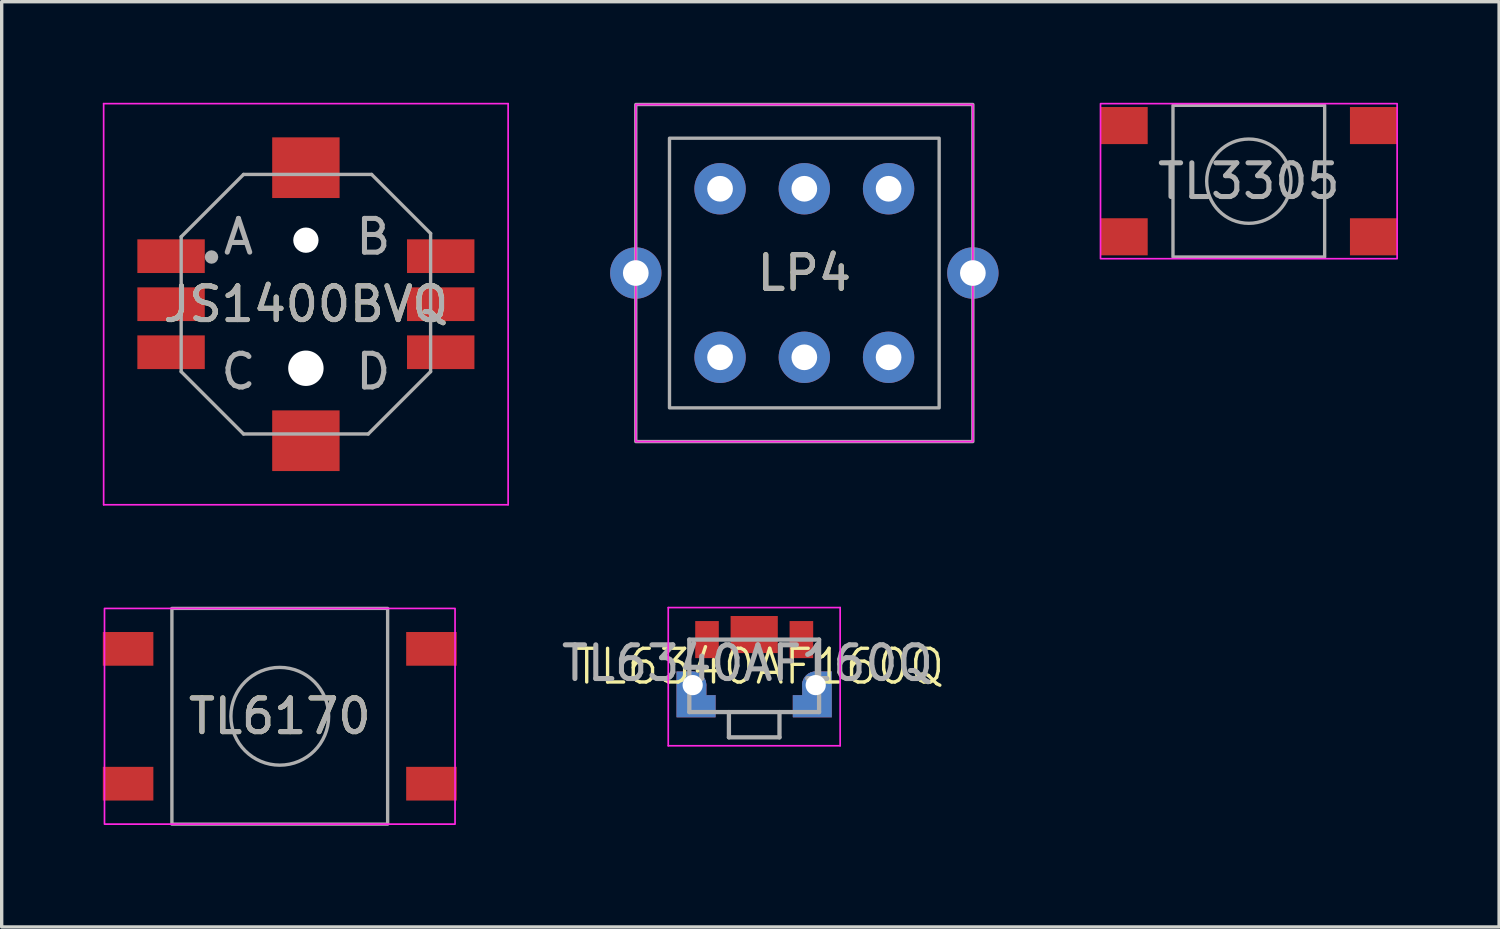
<source format=kicad_pcb>
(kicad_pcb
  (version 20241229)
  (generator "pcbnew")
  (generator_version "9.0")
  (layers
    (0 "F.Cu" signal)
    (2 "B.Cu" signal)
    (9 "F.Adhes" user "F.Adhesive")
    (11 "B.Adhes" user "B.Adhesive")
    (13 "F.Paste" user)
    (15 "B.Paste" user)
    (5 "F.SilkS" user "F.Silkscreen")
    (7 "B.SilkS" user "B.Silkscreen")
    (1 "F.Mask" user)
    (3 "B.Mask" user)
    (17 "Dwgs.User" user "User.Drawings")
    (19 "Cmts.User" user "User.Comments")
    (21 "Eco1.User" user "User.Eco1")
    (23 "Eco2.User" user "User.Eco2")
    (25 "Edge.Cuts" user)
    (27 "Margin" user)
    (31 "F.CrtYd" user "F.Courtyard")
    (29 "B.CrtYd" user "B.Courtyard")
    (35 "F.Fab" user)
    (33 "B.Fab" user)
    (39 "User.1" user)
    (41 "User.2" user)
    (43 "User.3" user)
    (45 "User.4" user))
  (footprint "TL3305"
    (layer "F.Cu")
    (at 33.999 2.325)
    (property "Reference" "TL3305" (at 0 0 0) (unlocked yes) (layer "F.SilkS") (effects (font (size 1 1) (thickness 0.1))))
    (attr smd)
    (fp_rect (start -4.4 -2.3) (end 4.4 2.3) (stroke (width 0.05) (type default)) (fill no) (layer "F.CrtYd"))
    (fp_rect (start -2.25 -2.25) (end 2.25 2.25) (stroke (width 0.1) (type default)) (fill no) (layer "F.Fab"))
    (fp_circle (center 0 0) (end 1.25 0) (stroke (width 0.1) (type default)) (fill no) (layer "F.Fab"))
    (fp_text user "${REFERENCE}" (at 0 0 0) (unlocked yes) (layer "F.Fab") (effects (font (size 1 1) (thickness 0.15))))
    (pad "1" smd rect (at -3.7 1.65) (size 1.4 1.1) (layers "F.Cu" "F.Mask" "F.Paste"))
    (pad "2" smd rect (at 3.7 1.65) (size 1.4 1.1) (layers "F.Cu" "F.Mask" "F.Paste"))
    (pad "3" smd rect (at -3.7 -1.65) (size 1.4 1.1) (layers "F.Cu" "F.Mask" "F.Paste"))
    (pad "4" smd rect (at 3.7 -1.65) (size 1.4 1.1) (layers "F.Cu" "F.Mask" "F.Paste")))
  (footprint "JS1400BVQ"
    (layer "F.Cu")
    (at 6.025 5.975)
    (property "Reference" "JS1400BVQ" (at 0 0 0) (layer "F.SilkS") (effects (font (size 1 1) (thickness 0.15))))
    (attr through_hole)
    (fp_line (start -6 -5.95) (end 6 -5.95) (stroke (width 0.05) (type solid)) (layer "F.CrtYd"))
    (fp_line (start -6 5.95) (end -6 -5.95) (stroke (width 0.05) (type solid)) (layer "F.CrtYd"))
    (fp_line (start 6 -5.95) (end 6 5.95) (stroke (width 0.05) (type solid)) (layer "F.CrtYd"))
    (fp_line (start 6 5.95) (end -6 5.95) (stroke (width 0.05) (type solid)) (layer "F.CrtYd"))
    (fp_line (start -3.7 -2) (end -3.7 0) (stroke (width 0.1) (type solid)) (layer "F.Fab"))
    (fp_line (start -3.7 0) (end -3.7 2) (stroke (width 0.1) (type solid)) (layer "F.Fab"))
    (fp_line (start -1.85 -3.85) (end -3.7 -2) (stroke (width 0.1) (type solid)) (layer "F.Fab"))
    (fp_line (start -1.85 3.85) (end -3.7 2) (stroke (width 0.1) (type solid)) (layer "F.Fab"))
    (fp_line (start -1.85 3.85) (end 1.85 3.85) (stroke (width 0.1) (type solid)) (layer "F.Fab"))
    (fp_line (start 1.85 3.85) (end 3.7 2) (stroke (width 0.1) (type solid)) (layer "F.Fab"))
    (fp_line (start 1.95 -3.85) (end -1.85 -3.85) (stroke (width 0.1) (type solid)) (layer "F.Fab"))
    (fp_line (start 3.7 -2.1) (end 1.95 -3.85) (stroke (width 0.1) (type solid)) (layer "F.Fab"))
    (fp_line (start 3.7 2) (end 3.7 -2.1) (stroke (width 0.1) (type solid)) (layer "F.Fab"))
    (fp_circle (center -2.8 -1.4) (end -2.7 -1.4) (stroke (width 0.2) (type solid)) (fill no) (layer "F.Fab"))
    (fp_text user "B" (at 2 -2 0) (unlocked yes) (layer "F.Fab") (effects (font (size 1 1) (thickness 0.15))))
    (fp_text user "${REFERENCE}" (at 0 0 0) (layer "F.Fab") (effects (font (size 1 1) (thickness 0.15))))
    (fp_text user "A" (at -2 -2 0) (unlocked yes) (layer "F.Fab") (effects (font (size 1 1) (thickness 0.15))))
    (fp_text user "C" (at -2 2 0) (unlocked yes) (layer "F.Fab") (effects (font (size 1 1) (thickness 0.15))))
    (fp_text user "D" (at 2 2 0) (unlocked yes) (layer "F.Fab") (effects (font (size 1 1) (thickness 0.15))))
    (pad "" np_thru_hole circle (at 0 -1.9) (size 0.75 0.75) (drill 0.75) (layers "*.Cu" "*.Mask"))
    (pad "" np_thru_hole circle (at 0 1.9) (size 1.05 1.05) (drill 1.05) (layers "*.Cu" "*.Mask"))
    (pad "1" smd rect (at -4 -1.425 90) (size 1 2) (layers "F.Cu" "F.Mask" "F.Paste"))
    (pad "2" smd rect (at -4 0 90) (size 1 2) (layers "F.Cu" "F.Mask" "F.Paste"))
    (pad "3" smd rect (at -4 1.425 90) (size 1 2) (layers "F.Cu" "F.Mask" "F.Paste"))
    (pad "4" smd rect (at 4 -1.425 90) (size 1 2) (layers "F.Cu" "F.Mask" "F.Paste"))
    (pad "5" smd rect (at 4 0 90) (size 1 2) (layers "F.Cu" "F.Mask" "F.Paste"))
    (pad "6" smd rect (at 4 1.425 90) (size 1 2) (layers "F.Cu" "F.Mask" "F.Paste"))
    (pad "MP1" smd rect (at 0 -4.05 90) (size 1.8 2) (layers "F.Cu" "F.Mask" "F.Paste"))
    (pad "MP2" smd rect (at 0 4.05 90) (size 1.8 2) (layers "F.Cu" "F.Mask" "F.Paste")))
  (footprint "TL6340AF160Q"
    (layer "F.Cu")
    (at 19.325 17.225)
    (property "Reference" "TL6340AF160Q" (at 0.15 -0.5 0) (unlocked yes) (layer "F.SilkS") (effects (font (size 1 1) (thickness 0.1))))
    (attr smd)
    (fp_poly (pts (xy -1.15 1) (xy -2.3 1) (xy -2.3 -0.35) (xy -1.825 -0.35) (xy -1.804 -0.349) (xy -1.783 -0.348) (xy -1.762 -0.345) (xy -1.742 -0.341) (xy -1.721 -0.336) (xy -1.701 -0.33) (xy -1.682 -0.323) (xy -1.662 -0.315) (xy -1.643 -0.306) (xy -1.625 -0.296) (xy -1.607 -0.285) (xy -1.59 -0.274) (xy -1.573 -0.261) (xy -1.557 -0.247) (xy -1.542 -0.233) (xy -1.528 -0.218) (xy -1.514 -0.202) (xy -1.501 -0.185) (xy -1.49 -0.168) (xy -1.479 -0.15) (xy -1.469 -0.132) (xy -1.46 -0.113) (xy -1.452 -0.093) (xy -1.445 -0.074) (xy -1.439 -0.054) (xy -1.434 -0.033) (xy -1.43 -0.013) (xy -1.427 0.008) (xy -1.426 0.029) (xy -1.425 0.05) (xy -1.425 0.35) (xy -1.15 0.35) (xy -1.15 1)) (stroke (width 0.01) (type solid)) (fill yes) (layer "F.Cu"))
    (fp_poly (pts (xy 2.295 1) (xy 2.3 1) (xy 2.3 -0.35) (xy 1.825 -0.35) (xy 1.804 -0.349) (xy 1.783 -0.348) (xy 1.762 -0.345) (xy 1.742 -0.341) (xy 1.721 -0.336) (xy 1.701 -0.33) (xy 1.682 -0.323) (xy 1.662 -0.315) (xy 1.643 -0.306) (xy 1.625 -0.296) (xy 1.607 -0.285) (xy 1.59 -0.274) (xy 1.573 -0.261) (xy 1.557 -0.247) (xy 1.542 -0.233) (xy 1.528 -0.218) (xy 1.514 -0.202) (xy 1.501 -0.185) (xy 1.49 -0.168) (xy 1.479 -0.15) (xy 1.469 -0.132) (xy 1.46 -0.113) (xy 1.452 -0.093) (xy 1.445 -0.074) (xy 1.439 -0.054) (xy 1.434 -0.033) (xy 1.43 -0.013) (xy 1.427 0.008) (xy 1.426 0.029) (xy 1.425 0.05) (xy 1.425 0.35) (xy 1.15 0.35) (xy 1.15 1) (xy 2.295 1)) (stroke (width 0.01) (type solid)) (fill yes) (layer "F.Cu"))
    (fp_poly (pts (xy -1.325 0.25) (xy -1.05 0.25) (xy -1.05 1.1) (xy -2.4 1.1) (xy -2.4 -0.45) (xy -1.825 -0.45) (xy -1.799 -0.449) (xy -1.773 -0.447) (xy -1.747 -0.444) (xy -1.721 -0.439) (xy -1.696 -0.433) (xy -1.67 -0.426) (xy -1.646 -0.417) (xy -1.622 -0.407) (xy -1.598 -0.396) (xy -1.575 -0.383) (xy -1.553 -0.369) (xy -1.531 -0.355) (xy -1.51 -0.339) (xy -1.49 -0.322) (xy -1.471 -0.304) (xy -1.453 -0.285) (xy -1.436 -0.265) (xy -1.42 -0.244) (xy -1.406 -0.222) (xy -1.392 -0.2) (xy -1.379 -0.177) (xy -1.368 -0.153) (xy -1.358 -0.129) (xy -1.349 -0.105) (xy -1.342 -0.079) (xy -1.336 -0.054) (xy -1.331 -0.028) (xy -1.328 -0.002) (xy -1.326 0.024) (xy -1.325 0.05) (xy -1.325 0.25)) (stroke (width 0.01) (type solid)) (fill yes) (layer "F.Mask"))
    (fp_poly (pts (xy 1.325 0.25) (xy 1.05 0.25) (xy 1.05 1.1) (xy 1.075 1.1) (xy 2.4 1.1) (xy 2.4 -0.45) (xy 1.825 -0.45) (xy 1.799 -0.449) (xy 1.773 -0.447) (xy 1.747 -0.444) (xy 1.721 -0.439) (xy 1.696 -0.433) (xy 1.67 -0.426) (xy 1.646 -0.417) (xy 1.622 -0.407) (xy 1.598 -0.396) (xy 1.575 -0.383) (xy 1.553 -0.369) (xy 1.531 -0.355) (xy 1.51 -0.339) (xy 1.49 -0.322) (xy 1.471 -0.304) (xy 1.453 -0.285) (xy 1.436 -0.265) (xy 1.42 -0.244) (xy 1.406 -0.222) (xy 1.392 -0.2) (xy 1.379 -0.177) (xy 1.368 -0.153) (xy 1.358 -0.129) (xy 1.349 -0.105) (xy 1.342 -0.079) (xy 1.336 -0.054) (xy 1.331 -0.028) (xy 1.328 -0.002) (xy 1.326 0.024) (xy 1.325 0.05) (xy 1.325 0.25)) (stroke (width 0.01) (type solid)) (fill yes) (layer "F.Mask"))
    (fp_poly (pts (xy -1.15 1) (xy -2.3 1) (xy -2.3 -0.35) (xy -1.825 -0.35) (xy -1.804 -0.349) (xy -1.783 -0.348) (xy -1.762 -0.345) (xy -1.742 -0.341) (xy -1.721 -0.336) (xy -1.701 -0.33) (xy -1.682 -0.323) (xy -1.662 -0.315) (xy -1.643 -0.306) (xy -1.625 -0.296) (xy -1.607 -0.285) (xy -1.59 -0.274) (xy -1.573 -0.261) (xy -1.557 -0.247) (xy -1.542 -0.233) (xy -1.528 -0.218) (xy -1.514 -0.202) (xy -1.501 -0.185) (xy -1.49 -0.168) (xy -1.479 -0.15) (xy -1.469 -0.132) (xy -1.46 -0.113) (xy -1.452 -0.093) (xy -1.445 -0.074) (xy -1.439 -0.054) (xy -1.434 -0.033) (xy -1.43 -0.013) (xy -1.427 0.008) (xy -1.426 0.029) (xy -1.425 0.05) (xy -1.425 0.35) (xy -1.15 0.35) (xy -1.15 1)) (stroke (width 0.01) (type solid)) (fill yes) (layer "B.Cu"))
    (fp_poly (pts (xy 1.15 1) (xy 2.3 1) (xy 2.3 -0.35) (xy 1.825 -0.35) (xy 1.804 -0.349) (xy 1.783 -0.348) (xy 1.762 -0.345) (xy 1.742 -0.341) (xy 1.721 -0.336) (xy 1.701 -0.33) (xy 1.682 -0.323) (xy 1.662 -0.315) (xy 1.643 -0.306) (xy 1.625 -0.296) (xy 1.607 -0.285) (xy 1.59 -0.274) (xy 1.573 -0.261) (xy 1.557 -0.247) (xy 1.542 -0.233) (xy 1.528 -0.218) (xy 1.514 -0.202) (xy 1.501 -0.185) (xy 1.49 -0.168) (xy 1.479 -0.15) (xy 1.469 -0.132) (xy 1.46 -0.113) (xy 1.452 -0.093) (xy 1.445 -0.074) (xy 1.439 -0.054) (xy 1.434 -0.033) (xy 1.43 -0.013) (xy 1.427 0.008) (xy 1.426 0.029) (xy 1.425 0.05) (xy 1.425 0.35) (xy 1.15 0.35) (xy 1.15 1)) (stroke (width 0.01) (type solid)) (fill yes) (layer "B.Cu"))
    (fp_poly (pts (xy -1.325 0.25) (xy -1.05 0.25) (xy -1.05 1.1) (xy -2.4 1.1) (xy -2.4 -0.45) (xy -1.825 -0.45) (xy -1.799 -0.449) (xy -1.773 -0.447) (xy -1.747 -0.444) (xy -1.721 -0.439) (xy -1.696 -0.433) (xy -1.67 -0.426) (xy -1.646 -0.417) (xy -1.622 -0.407) (xy -1.598 -0.396) (xy -1.575 -0.383) (xy -1.553 -0.369) (xy -1.531 -0.355) (xy -1.51 -0.339) (xy -1.49 -0.322) (xy -1.471 -0.304) (xy -1.453 -0.285) (xy -1.436 -0.265) (xy -1.42 -0.244) (xy -1.406 -0.222) (xy -1.392 -0.2) (xy -1.379 -0.177) (xy -1.368 -0.153) (xy -1.358 -0.129) (xy -1.349 -0.105) (xy -1.342 -0.079) (xy -1.336 -0.054) (xy -1.331 -0.028) (xy -1.328 -0.002) (xy -1.326 0.024) (xy -1.325 0.05) (xy -1.325 0.25)) (stroke (width 0.01) (type solid)) (fill yes) (layer "B.Mask"))
    (fp_poly (pts (xy 1.325 0.25) (xy 1.05 0.25) (xy 1.05 1.1) (xy 2.4 1.1) (xy 2.4 -0.45) (xy 1.825 -0.45) (xy 1.799 -0.449) (xy 1.773 -0.447) (xy 1.747 -0.444) (xy 1.721 -0.439) (xy 1.696 -0.433) (xy 1.67 -0.426) (xy 1.646 -0.417) (xy 1.622 -0.407) (xy 1.598 -0.396) (xy 1.575 -0.383) (xy 1.553 -0.369) (xy 1.531 -0.355) (xy 1.51 -0.339) (xy 1.49 -0.322) (xy 1.471 -0.304) (xy 1.453 -0.285) (xy 1.436 -0.265) (xy 1.42 -0.244) (xy 1.406 -0.222) (xy 1.392 -0.2) (xy 1.379 -0.177) (xy 1.368 -0.153) (xy 1.358 -0.129) (xy 1.349 -0.105) (xy 1.342 -0.079) (xy 1.336 -0.054) (xy 1.331 -0.028) (xy 1.328 -0.002) (xy 1.326 0.024) (xy 1.325 0.05) (xy 1.325 0.25)) (stroke (width 0.01) (type solid)) (fill yes) (layer "B.Mask"))
    (fp_line (start -2.55 -2.25) (end -2.55 1.85) (stroke (width 0.05) (type solid)) (layer "F.CrtYd"))
    (fp_line (start -2.55 1.85) (end 2.55 1.85) (stroke (width 0.05) (type solid)) (layer "F.CrtYd"))
    (fp_line (start 2.55 -2.25) (end -2.55 -2.25) (stroke (width 0.05) (type solid)) (layer "F.CrtYd"))
    (fp_line (start 2.55 1.85) (end 2.55 -2.25) (stroke (width 0.05) (type solid)) (layer "F.CrtYd"))
    (fp_line (start -1.925 -1.3) (end -1.925 0.85) (stroke (width 0.127) (type solid)) (layer "F.Fab"))
    (fp_line (start -0.75 1.6) (end -0.75 0.85) (stroke (width 0.127) (type solid)) (layer "F.Fab"))
    (fp_line (start 0.75 0.85) (end 0.75 1.6) (stroke (width 0.127) (type solid)) (layer "F.Fab"))
    (fp_line (start 0.75 1.6) (end -0.75 1.6) (stroke (width 0.127) (type solid)) (layer "F.Fab"))
    (fp_line (start 1.925 -1.3) (end -1.925 -1.3) (stroke (width 0.127) (type solid)) (layer "F.Fab"))
    (fp_line (start 1.925 0.85) (end -1.925 0.85) (stroke (width 0.127) (type solid)) (layer "F.Fab"))
    (fp_line (start 1.925 0.85) (end 1.925 -1.3) (stroke (width 0.127) (type solid)) (layer "F.Fab"))
    (fp_text user "${REFERENCE}" (at -0.2 -0.6 0) (unlocked yes) (layer "F.Fab") (effects (font (size 1 1) (thickness 0.15))))
    (pad "1" smd rect (at 1.4 -1.3 180) (size 0.7 1.1) (layers "F.Cu" "F.Mask" "F.Paste"))
    (pad "2" smd rect (at -1.4 -1.3 180) (size 0.7 1.1) (layers "F.Cu" "F.Mask" "F.Paste"))
    (pad "SH" thru_hole circle (at -1.825 0.05 180) (size 0.8 0.8) (drill 0.6) (layers "*.Cu"))
    (pad "SH" smd rect (at 0 -1.45 180) (size 1.4 1.1) (layers "F.Cu" "F.Mask" "F.Paste"))
    (pad "SH" thru_hole circle (at 1.825 0.05 180) (size 0.8 0.8) (drill 0.6) (layers "*.Cu")))
  (footprint "LP4"
    (layer "F.Cu")
    (at 20.812 5.05)
    (property "Reference" "LP4" (at 0 0 0) (unlocked yes) (layer "F.SilkS") (effects (font (size 1 1) (thickness 0.15))))
    (attr through_hole)
    (fp_rect (start -5 -5) (end 5 5) (stroke (width 0.05) (type default)) (fill no) (layer "F.CrtYd"))
    (fp_rect (start -5 -5) (end 5 5) (stroke (width 0.1) (type default)) (fill no) (layer "F.Fab"))
    (fp_rect (start -4 -4) (end 4 4) (stroke (width 0.1) (type default)) (fill no) (layer "F.Fab"))
    (fp_text user "${REFERENCE}" (at 0 0 0) (unlocked yes) (layer "F.Fab") (effects (font (size 1 1) (thickness 0.15))))
    (pad "1" thru_hole circle (at 2.5 -2.5) (size 1.524 1.524) (drill 0.762) (layers "*.Cu" "*.Mask"))
    (pad "2" thru_hole circle (at 0 -2.5) (size 1.524 1.524) (drill 0.762) (layers "*.Cu" "*.Mask"))
    (pad "3" thru_hole circle (at -2.5 -2.5) (size 1.524 1.524) (drill 0.762) (layers "*.Cu" "*.Mask"))
    (pad "4" thru_hole circle (at 2.5 2.5) (size 1.524 1.524) (drill 0.762) (layers "*.Cu" "*.Mask"))
    (pad "5" thru_hole circle (at 0 2.5) (size 1.524 1.524) (drill 0.762) (layers "*.Cu" "*.Mask"))
    (pad "6" thru_hole circle (at -2.5 2.5) (size 1.524 1.524) (drill 0.762) (layers "*.Cu" "*.Mask"))
    (pad "L1" thru_hole circle (at 5 0) (size 1.524 1.524) (drill 0.762) (layers "*.Cu" "*.Mask"))
    (pad "L2" thru_hole circle (at -5 0) (size 1.524 1.524) (drill 0.762) (layers "*.Cu" "*.Mask")))
  (footprint "TL6170"
    (layer "F.Cu")
    (at 5.25 18.2)
    (property "Reference" "TL6170" (at 0 0 0) (unlocked yes) (layer "F.SilkS") (effects (font (size 1 1) (thickness 0.15))))
    (attr smd)
    (fp_rect (start -5.2 -3.2) (end 5.2 3.2) (stroke (width 0.05) (type default)) (fill no) (layer "F.CrtYd"))
    (fp_rect (start -3.2 -3.2) (end 3.2 3.2) (stroke (width 0.1) (type default)) (fill no) (layer "F.Fab"))
    (fp_circle (center 0 0) (end 1.45 0) (stroke (width 0.1) (type default)) (fill no) (layer "F.Fab"))
    (fp_text user "${REFERENCE}" (at 0 0 0) (unlocked yes) (layer "F.Fab") (effects (font (size 1 1) (thickness 0.15))))
    (pad "1" smd rect (at -4.5 -2) (size 1.5 1) (layers "F.Cu" "F.Mask" "F.Paste"))
    (pad "2" smd rect (at 4.5 -2) (size 1.5 1) (layers "F.Cu" "F.Mask" "F.Paste"))
    (pad "3" smd rect (at -4.5 2) (size 1.5 1) (layers "F.Cu" "F.Mask" "F.Paste"))
    (pad "4" smd rect (at 4.5 2) (size 1.5 1) (layers "F.Cu" "F.Mask" "F.Paste")))
  (gr_rect
    (start -3 -3)
    (end 41.424 24.45)
    (stroke (width 0.1) (type default))
    (fill no)
    (layer "Edge.Cuts")))
</source>
